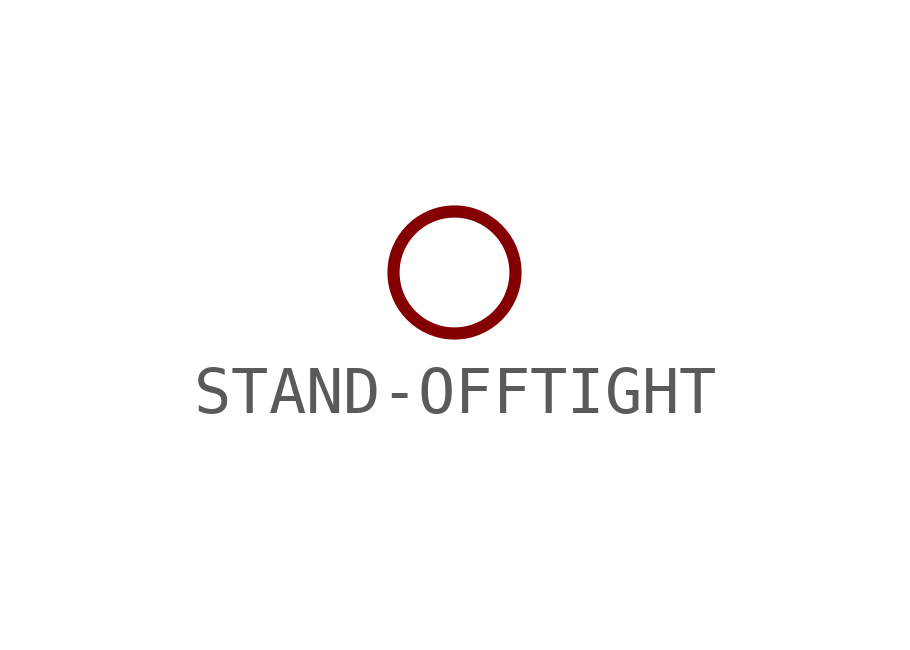
<source format=kicad_sym>
(kicad_symbol_lib
  (version 20220914)
  (generator kicad_symbol_editor)
  (symbol "STAND-OFFTIGHT"
    (property "Reference" "STANDOFF"
      (at 0 0 0)
      (effects (font (size 1.27 1.27)) hide))
    (property "ki_locked" ""
      (at 0 0 0)
      (effects (font (size 1.27 1.27))))
    (symbol "STAND-OFFTIGHT_1_0"
      (circle (center 0 0) (radius 1.27) (stroke (width 0.254) (type solid)) (fill (type none))))))
</source>
